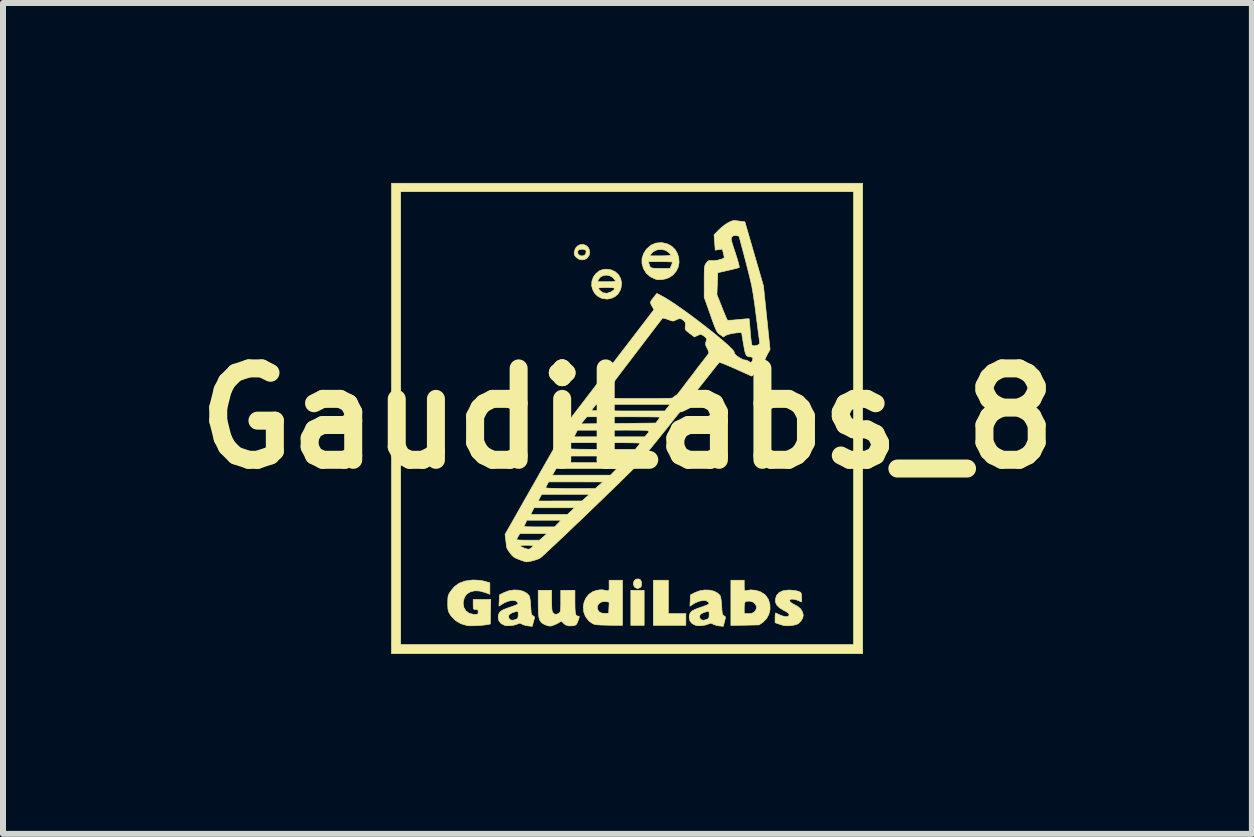
<source format=kicad_pcb>
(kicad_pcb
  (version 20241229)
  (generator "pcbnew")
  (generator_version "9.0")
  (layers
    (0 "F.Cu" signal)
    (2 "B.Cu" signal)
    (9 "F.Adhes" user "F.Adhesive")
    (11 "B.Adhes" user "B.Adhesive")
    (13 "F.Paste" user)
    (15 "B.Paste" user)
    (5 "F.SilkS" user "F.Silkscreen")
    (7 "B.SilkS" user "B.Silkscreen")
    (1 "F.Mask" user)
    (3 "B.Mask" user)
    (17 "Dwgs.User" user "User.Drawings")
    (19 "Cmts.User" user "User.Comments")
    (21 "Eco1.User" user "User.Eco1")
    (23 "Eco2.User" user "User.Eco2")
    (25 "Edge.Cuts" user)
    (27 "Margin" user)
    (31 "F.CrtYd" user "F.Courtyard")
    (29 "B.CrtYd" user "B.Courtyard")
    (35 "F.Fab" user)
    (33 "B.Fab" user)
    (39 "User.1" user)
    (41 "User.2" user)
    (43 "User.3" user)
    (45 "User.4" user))
  (footprint "GaudiLabs_8"
    (layer "F.Cu")
    (at 7.41 3.926)
    (property "Reference" "GaudiLabs_8" (at 0 0 0) (layer "F.SilkS") (effects (font (size 1.524 1.524) (thickness 0.3))))
    (attr through_hole)
    (fp_poly (pts (xy 0.278 3.448) (xy 0.056 3.448) (xy 0.056 2.864) (xy 0.278 2.864) (xy 0.278 3.448)) (stroke (width 0.01) (type solid)) (fill yes) (layer "F.SilkS"))
    (fp_poly (pts (xy 0.681 3.253) (xy 0.973 3.253) (xy 0.973 3.448) (xy 0.431 3.448) (xy 0.431 2.697) (xy 0.681 2.697) (xy 0.681 3.253)) (stroke (width 0.01) (type solid)) (fill yes) (layer "F.SilkS"))
    (fp_poly (pts (xy 3.921 3.921) (xy -3.934 3.921) (xy -3.934 -3.781) (xy -3.781 -3.781) (xy -3.781 3.768) (xy 3.768 3.768) (xy 3.768 -3.781) (xy -3.781 -3.781) (xy -3.934 -3.781) (xy -3.934 -3.921) (xy 3.921 -3.921) (xy 3.921 3.921)) (stroke (width 0.01) (type solid)) (fill yes) (layer "F.SilkS"))
    (fp_poly (pts (xy 0.192 2.677) (xy 0.218 2.692) (xy 0.23 2.717) (xy 0.234 2.745) (xy 0.233 2.789) (xy 0.218 2.815) (xy 0.214 2.818) (xy 0.173 2.835) (xy 0.136 2.824) (xy 0.12 2.811) (xy 0.1 2.773) (xy 0.1 2.733) (xy 0.116 2.699) (xy 0.145 2.678) (xy 0.183 2.675) (xy 0.192 2.677)) (stroke (width 0.01) (type solid)) (fill yes) (layer "F.SilkS"))
    (fp_poly (pts (xy -0.692 -2.885) (xy -0.654 -2.85) (xy -0.64 -2.824) (xy -0.629 -2.767) (xy -0.64 -2.718) (xy -0.669 -2.678) (xy -0.71 -2.652) (xy -0.758 -2.643) (xy -0.808 -2.654) (xy -0.851 -2.684) (xy -0.878 -2.715) (xy -0.888 -2.743) (xy -0.886 -2.783) (xy -0.885 -2.785) (xy -0.882 -2.793) (xy -0.829 -2.793) (xy -0.829 -2.759) (xy -0.821 -2.739) (xy -0.796 -2.717) (xy -0.76 -2.709) (xy -0.724 -2.716) (xy -0.699 -2.736) (xy -0.697 -2.742) (xy -0.688 -2.784) (xy -0.701 -2.81) (xy -0.737 -2.821) (xy -0.758 -2.822) (xy -0.805 -2.815) (xy -0.829 -2.793) (xy -0.882 -2.793) (xy -0.867 -2.838) (xy -0.832 -2.876) (xy -0.787 -2.898) (xy -0.739 -2.901) (xy -0.692 -2.885)) (stroke (width 0.01) (type solid)) (fill yes) (layer "F.SilkS"))
    (fp_poly (pts (xy 1.946 2.788) (xy 1.947 2.837) (xy 1.95 2.863) (xy 1.957 2.873) (xy 1.972 2.871) (xy 1.978 2.87) (xy 2.055 2.857) (xy 2.138 2.865) (xy 2.217 2.89) (xy 2.284 2.931) (xy 2.304 2.95) (xy 2.35 3.018) (xy 2.374 3.097) (xy 2.377 3.18) (xy 2.358 3.261) (xy 2.32 3.334) (xy 2.263 3.393) (xy 2.255 3.399) (xy 2.194 3.441) (xy 1.959 3.446) (xy 1.724 3.45) (xy 1.724 3.157) (xy 1.946 3.157) (xy 1.946 3.253) (xy 2.017 3.253) (xy 2.065 3.25) (xy 2.099 3.237) (xy 2.121 3.219) (xy 2.147 3.177) (xy 2.15 3.133) (xy 2.132 3.093) (xy 2.096 3.062) (xy 2.045 3.046) (xy 2.025 3.045) (xy 1.986 3.047) (xy 1.963 3.058) (xy 1.951 3.083) (xy 1.947 3.128) (xy 1.946 3.157) (xy 1.724 3.157) (xy 1.724 2.697) (xy 1.946 2.697) (xy 1.946 2.788)) (stroke (width 0.01) (type solid)) (fill yes) (layer "F.SilkS"))
    (fp_poly (pts (xy -0.083 3.448) (xy -0.295 3.447) (xy -0.373 3.445) (xy -0.445 3.443) (xy -0.504 3.439) (xy -0.543 3.434) (xy -0.553 3.432) (xy -0.59 3.414) (xy -0.632 3.384) (xy -0.651 3.367) (xy -0.701 3.299) (xy -0.729 3.224) (xy -0.736 3.147) (xy -0.504 3.147) (xy -0.498 3.184) (xy -0.472 3.224) (xy -0.426 3.246) (xy -0.368 3.249) (xy -0.313 3.246) (xy -0.305 3.062) (xy -0.354 3.053) (xy -0.411 3.052) (xy -0.458 3.071) (xy -0.49 3.104) (xy -0.504 3.147) (xy -0.736 3.147) (xy -0.737 3.144) (xy -0.724 3.066) (xy -0.693 2.994) (xy -0.645 2.933) (xy -0.581 2.888) (xy -0.517 2.866) (xy -0.468 2.858) (xy -0.423 2.856) (xy -0.406 2.858) (xy -0.354 2.869) (xy -0.324 2.872) (xy -0.31 2.863) (xy -0.306 2.839) (xy -0.306 2.794) (xy -0.306 2.788) (xy -0.306 2.697) (xy -0.083 2.697) (xy -0.083 3.448)) (stroke (width 0.01) (type solid)) (fill yes) (layer "F.SilkS"))
    (fp_poly (pts (xy -1.265 3.035) (xy -1.264 3.113) (xy -1.261 3.169) (xy -1.256 3.206) (xy -1.247 3.231) (xy -1.243 3.236) (xy -1.213 3.263) (xy -1.175 3.263) (xy -1.143 3.245) (xy -1.13 3.235) (xy -1.122 3.221) (xy -1.116 3.199) (xy -1.114 3.163) (xy -1.112 3.109) (xy -1.112 3.044) (xy -1.112 2.864) (xy -0.876 2.864) (xy -0.876 3.063) (xy -0.875 3.149) (xy -0.872 3.211) (xy -0.867 3.253) (xy -0.857 3.278) (xy -0.843 3.291) (xy -0.823 3.295) (xy -0.819 3.295) (xy -0.807 3.297) (xy -0.804 3.308) (xy -0.811 3.334) (xy -0.823 3.37) (xy -0.841 3.414) (xy -0.857 3.438) (xy -0.879 3.449) (xy -0.905 3.455) (xy -0.979 3.458) (xy -1.037 3.439) (xy -1.071 3.409) (xy -1.093 3.385) (xy -1.111 3.382) (xy -1.123 3.39) (xy -1.167 3.417) (xy -1.218 3.44) (xy -1.266 3.457) (xy -1.293 3.461) (xy -1.327 3.455) (xy -1.37 3.44) (xy -1.384 3.434) (xy -1.419 3.414) (xy -1.445 3.39) (xy -1.464 3.358) (xy -1.476 3.315) (xy -1.483 3.256) (xy -1.487 3.176) (xy -1.488 3.086) (xy -1.488 2.864) (xy -1.265 2.864) (xy -1.265 3.035)) (stroke (width 0.01) (type solid)) (fill yes) (layer "F.SilkS"))
    (fp_poly (pts (xy -2.482 2.697) (xy -2.404 2.708) (xy -2.374 2.716) (xy -2.294 2.74) (xy -2.294 2.931) (xy -2.367 2.903) (xy -2.459 2.877) (xy -2.543 2.872) (xy -2.616 2.888) (xy -2.674 2.923) (xy -2.715 2.976) (xy -2.736 3.045) (xy -2.739 3.081) (xy -2.727 3.152) (xy -2.693 3.208) (xy -2.639 3.247) (xy -2.568 3.266) (xy -2.538 3.267) (xy -2.505 3.265) (xy -2.491 3.253) (xy -2.489 3.225) (xy -2.492 3.196) (xy -2.508 3.185) (xy -2.53 3.184) (xy -2.553 3.183) (xy -2.566 3.175) (xy -2.571 3.154) (xy -2.572 3.114) (xy -2.572 3.1) (xy -2.572 3.017) (xy -2.279 3.017) (xy -2.283 3.221) (xy -2.287 3.426) (xy -2.336 3.436) (xy -2.378 3.442) (xy -2.436 3.448) (xy -2.502 3.452) (xy -2.567 3.455) (xy -2.623 3.456) (xy -2.663 3.454) (xy -2.669 3.453) (xy -2.777 3.421) (xy -2.866 3.369) (xy -2.936 3.297) (xy -2.954 3.271) (xy -2.975 3.236) (xy -2.987 3.206) (xy -2.993 3.171) (xy -2.996 3.122) (xy -2.996 3.079) (xy -2.995 3.018) (xy -2.992 2.975) (xy -2.984 2.943) (xy -2.969 2.912) (xy -2.95 2.883) (xy -2.885 2.803) (xy -2.805 2.746) (xy -2.708 2.71) (xy -2.594 2.694) (xy -2.565 2.693) (xy -2.482 2.697)) (stroke (width 0.01) (type solid)) (fill yes) (layer "F.SilkS"))
    (fp_poly (pts (xy -0.267 -2.476) (xy -0.198 -2.442) (xy -0.146 -2.391) (xy -0.112 -2.327) (xy -0.098 -2.253) (xy -0.108 -2.174) (xy -0.123 -2.134) (xy -0.157 -2.077) (xy -0.201 -2.037) (xy -0.254 -2.009) (xy -0.333 -1.99) (xy -0.412 -1.999) (xy -0.444 -2.01) (xy -0.504 -2.044) (xy -0.547 -2.089) (xy -0.571 -2.13) (xy -0.585 -2.171) (xy -0.487 -2.171) (xy -0.476 -2.153) (xy -0.452 -2.129) (xy -0.424 -2.106) (xy -0.403 -2.095) (xy -0.343 -2.087) (xy -0.282 -2.106) (xy -0.264 -2.117) (xy -0.228 -2.143) (xy -0.213 -2.161) (xy -0.22 -2.173) (xy -0.25 -2.18) (xy -0.305 -2.182) (xy -0.346 -2.183) (xy -0.405 -2.182) (xy -0.452 -2.179) (xy -0.48 -2.175) (xy -0.487 -2.171) (xy -0.585 -2.171) (xy -0.596 -2.206) (xy -0.594 -2.28) (xy -0.5 -2.28) (xy -0.347 -2.28) (xy -0.28 -2.28) (xy -0.237 -2.282) (xy -0.213 -2.285) (xy -0.204 -2.291) (xy -0.205 -2.3) (xy -0.208 -2.307) (xy -0.245 -2.351) (xy -0.295 -2.379) (xy -0.35 -2.39) (xy -0.405 -2.382) (xy -0.452 -2.358) (xy -0.484 -2.316) (xy -0.5 -2.28) (xy -0.594 -2.28) (xy -0.594 -2.285) (xy -0.568 -2.359) (xy -0.531 -2.41) (xy -0.474 -2.458) (xy -0.411 -2.483) (xy -0.348 -2.489) (xy -0.267 -2.476)) (stroke (width 0.01) (type solid)) (fill yes) (layer "F.SilkS"))
    (fp_poly (pts (xy 2.755 2.864) (xy 2.811 2.872) (xy 2.843 2.88) (xy 2.874 2.892) (xy 2.891 2.905) (xy 2.899 2.929) (xy 2.902 2.971) (xy 2.903 2.979) (xy 2.904 3.022) (xy 2.903 3.051) (xy 2.902 3.059) (xy 2.887 3.053) (xy 2.857 3.039) (xy 2.85 3.036) (xy 2.803 3.019) (xy 2.754 3.011) (xy 2.754 3.011) (xy 2.72 3.013) (xy 2.706 3.024) (xy 2.704 3.038) (xy 2.714 3.06) (xy 2.747 3.084) (xy 2.774 3.098) (xy 2.841 3.135) (xy 2.886 3.174) (xy 2.914 3.22) (xy 2.922 3.241) (xy 2.93 3.28) (xy 2.924 3.314) (xy 2.911 3.345) (xy 2.883 3.386) (xy 2.848 3.419) (xy 2.841 3.424) (xy 2.796 3.44) (xy 2.736 3.452) (xy 2.671 3.456) (xy 2.614 3.453) (xy 2.579 3.444) (xy 2.534 3.43) (xy 2.52 3.425) (xy 2.461 3.404) (xy 2.461 3.32) (xy 2.462 3.277) (xy 2.466 3.249) (xy 2.471 3.242) (xy 2.556 3.282) (xy 2.62 3.303) (xy 2.664 3.305) (xy 2.689 3.29) (xy 2.694 3.274) (xy 2.69 3.256) (xy 2.672 3.237) (xy 2.633 3.213) (xy 2.605 3.199) (xy 2.535 3.156) (xy 2.49 3.112) (xy 2.468 3.064) (xy 2.466 3.012) (xy 2.486 2.949) (xy 2.528 2.903) (xy 2.591 2.873) (xy 2.675 2.861) (xy 2.697 2.86) (xy 2.755 2.864)) (stroke (width 0.01) (type solid)) (fill yes) (layer "F.SilkS"))
    (fp_poly (pts (xy 0.576 -2.931) (xy 0.663 -2.912) (xy 0.735 -2.873) (xy 0.792 -2.818) (xy 0.832 -2.752) (xy 0.855 -2.678) (xy 0.86 -2.601) (xy 0.846 -2.525) (xy 0.812 -2.454) (xy 0.758 -2.392) (xy 0.692 -2.348) (xy 0.634 -2.327) (xy 0.567 -2.315) (xy 0.505 -2.314) (xy 0.473 -2.32) (xy 0.382 -2.362) (xy 0.313 -2.422) (xy 0.266 -2.499) (xy 0.242 -2.584) (xy 0.242 -2.614) (xy 0.35 -2.614) (xy 0.361 -2.572) (xy 0.371 -2.543) (xy 0.382 -2.523) (xy 0.401 -2.511) (xy 0.432 -2.505) (xy 0.481 -2.503) (xy 0.551 -2.502) (xy 0.71 -2.502) (xy 0.731 -2.551) (xy 0.744 -2.584) (xy 0.75 -2.604) (xy 0.751 -2.606) (xy 0.738 -2.609) (xy 0.702 -2.611) (xy 0.648 -2.613) (xy 0.581 -2.614) (xy 0.55 -2.614) (xy 0.35 -2.614) (xy 0.242 -2.614) (xy 0.242 -2.666) (xy 0.257 -2.711) (xy 0.372 -2.711) (xy 0.547 -2.711) (xy 0.614 -2.712) (xy 0.668 -2.714) (xy 0.706 -2.718) (xy 0.723 -2.722) (xy 0.723 -2.722) (xy 0.712 -2.743) (xy 0.685 -2.769) (xy 0.65 -2.793) (xy 0.621 -2.807) (xy 0.555 -2.819) (xy 0.489 -2.81) (xy 0.43 -2.781) (xy 0.392 -2.741) (xy 0.372 -2.711) (xy 0.257 -2.711) (xy 0.268 -2.747) (xy 0.317 -2.823) (xy 0.322 -2.828) (xy 0.391 -2.889) (xy 0.469 -2.923) (xy 0.558 -2.932) (xy 0.576 -2.931)) (stroke (width 0.01) (type solid)) (fill yes) (layer "F.SilkS"))
    (fp_poly (pts (xy -1.813 2.862) (xy -1.739 2.88) (xy -1.678 2.913) (xy -1.64 2.952) (xy -1.629 2.983) (xy -1.62 3.038) (xy -1.614 3.113) (xy -1.613 3.128) (xy -1.609 3.194) (xy -1.605 3.237) (xy -1.599 3.263) (xy -1.59 3.278) (xy -1.577 3.287) (xy -1.575 3.288) (xy -1.552 3.306) (xy -1.549 3.322) (xy -1.556 3.348) (xy -1.567 3.389) (xy -1.571 3.404) (xy -1.587 3.465) (xy -1.657 3.457) (xy -1.706 3.448) (xy -1.747 3.434) (xy -1.76 3.427) (xy -1.787 3.413) (xy -1.811 3.416) (xy -1.833 3.426) (xy -1.883 3.443) (xy -1.946 3.453) (xy -2.007 3.455) (xy -2.049 3.448) (xy -2.107 3.418) (xy -2.143 3.374) (xy -2.155 3.317) (xy -2.152 3.294) (xy -1.983 3.294) (xy -1.977 3.33) (xy -1.95 3.358) (xy -1.909 3.364) (xy -1.857 3.348) (xy -1.834 3.334) (xy -1.824 3.311) (xy -1.821 3.27) (xy -1.822 3.232) (xy -1.828 3.216) (xy -1.844 3.214) (xy -1.855 3.217) (xy -1.924 3.239) (xy -1.966 3.264) (xy -1.983 3.294) (xy -2.152 3.294) (xy -2.15 3.272) (xy -2.135 3.236) (xy -2.104 3.207) (xy -2.055 3.181) (xy -1.983 3.154) (xy -1.966 3.149) (xy -1.909 3.129) (xy -1.862 3.111) (xy -1.833 3.097) (xy -1.825 3.09) (xy -1.83 3.07) (xy -1.844 3.052) (xy -1.878 3.035) (xy -1.928 3.034) (xy -1.988 3.046) (xy -2.05 3.071) (xy -2.075 3.086) (xy -2.142 3.128) (xy -2.138 3.034) (xy -2.134 2.941) (xy -2.055 2.901) (xy -1.978 2.872) (xy -1.895 2.859) (xy -1.813 2.862)) (stroke (width 0.01) (type solid)) (fill yes) (layer "F.SilkS"))
    (fp_poly (pts (xy 1.37 2.862) (xy 1.445 2.88) (xy 1.506 2.913) (xy 1.544 2.952) (xy 1.555 2.983) (xy 1.563 3.038) (xy 1.57 3.113) (xy 1.571 3.128) (xy 1.574 3.194) (xy 1.579 3.237) (xy 1.585 3.263) (xy 1.594 3.278) (xy 1.607 3.287) (xy 1.609 3.288) (xy 1.632 3.306) (xy 1.634 3.322) (xy 1.627 3.348) (xy 1.617 3.389) (xy 1.613 3.404) (xy 1.597 3.465) (xy 1.526 3.457) (xy 1.478 3.448) (xy 1.437 3.434) (xy 1.423 3.427) (xy 1.396 3.413) (xy 1.372 3.416) (xy 1.351 3.426) (xy 1.3 3.443) (xy 1.238 3.453) (xy 1.176 3.455) (xy 1.135 3.448) (xy 1.076 3.418) (xy 1.041 3.374) (xy 1.029 3.317) (xy 1.031 3.294) (xy 1.201 3.294) (xy 1.207 3.33) (xy 1.233 3.358) (xy 1.274 3.364) (xy 1.327 3.348) (xy 1.35 3.334) (xy 1.36 3.311) (xy 1.362 3.27) (xy 1.361 3.232) (xy 1.355 3.216) (xy 1.34 3.214) (xy 1.328 3.217) (xy 1.26 3.239) (xy 1.218 3.264) (xy 1.201 3.294) (xy 1.031 3.294) (xy 1.034 3.272) (xy 1.049 3.236) (xy 1.079 3.207) (xy 1.129 3.181) (xy 1.201 3.154) (xy 1.218 3.149) (xy 1.275 3.129) (xy 1.321 3.111) (xy 1.351 3.097) (xy 1.359 3.09) (xy 1.354 3.07) (xy 1.34 3.052) (xy 1.305 3.035) (xy 1.255 3.034) (xy 1.196 3.046) (xy 1.134 3.071) (xy 1.109 3.086) (xy 1.041 3.128) (xy 1.046 3.034) (xy 1.05 2.941) (xy 1.128 2.901) (xy 1.206 2.872) (xy 1.289 2.859) (xy 1.37 2.862)) (stroke (width 0.01) (type solid)) (fill yes) (layer "F.SilkS"))
    (fp_poly (pts (xy 1.837 -3.294) (xy 1.858 -3.291) (xy 1.957 -3.278) (xy 2.112 -2.744) (xy 2.267 -2.21) (xy 2.322 -1.68) (xy 2.377 -1.15) (xy 2.33 -1.065) (xy 2.304 -1.012) (xy 2.284 -0.959) (xy 2.274 -0.923) (xy 2.266 -0.893) (xy 2.252 -0.866) (xy 2.226 -0.837) (xy 2.183 -0.799) (xy 2.167 -0.786) (xy 2.07 -0.706) (xy 1.804 -0.826) (xy 1.725 -0.861) (xy 1.654 -0.891) (xy 1.595 -0.915) (xy 1.553 -0.93) (xy 1.531 -0.936) (xy 1.529 -0.935) (xy 1.519 -0.923) (xy 1.493 -0.89) (xy 1.453 -0.84) (xy 1.399 -0.772) (xy 1.334 -0.69) (xy 1.258 -0.594) (xy 1.173 -0.487) (xy 1.08 -0.37) (xy 0.981 -0.245) (xy 0.877 -0.114) (xy 0.869 -0.104) (xy 0.762 0.03) (xy 0.659 0.16) (xy 0.56 0.283) (xy 0.467 0.399) (xy 0.383 0.503) (xy 0.307 0.596) (xy 0.243 0.674) (xy 0.192 0.736) (xy 0.154 0.781) (xy 0.133 0.804) (xy 0.091 0.847) (xy 0.033 0.905) (xy -0.039 0.976) (xy -0.123 1.058) (xy -0.217 1.15) (xy -0.319 1.248) (xy -0.426 1.353) (xy -0.538 1.46) (xy -0.652 1.57) (xy -0.765 1.679) (xy -0.877 1.785) (xy -0.984 1.888) (xy -1.086 1.984) (xy -1.179 2.072) (xy -1.262 2.15) (xy -1.333 2.216) (xy -1.39 2.269) (xy -1.43 2.306) (xy -1.451 2.323) (xy -1.483 2.34) (xy -1.533 2.358) (xy -1.59 2.374) (xy -1.645 2.386) (xy -1.687 2.39) (xy -1.689 2.39) (xy -1.708 2.385) (xy -1.746 2.373) (xy -1.794 2.356) (xy -1.804 2.352) (xy -1.859 2.33) (xy -1.897 2.308) (xy -1.928 2.28) (xy -1.96 2.239) (xy -1.989 2.198) (xy -2.009 2.162) (xy -2.016 2.142) (xy -2.018 2.122) (xy -1.785 2.122) (xy -1.782 2.13) (xy -1.758 2.145) (xy -1.72 2.161) (xy -1.678 2.175) (xy -1.647 2.181) (xy -1.628 2.173) (xy -1.602 2.156) (xy -1.58 2.134) (xy -1.571 2.121) (xy -1.584 2.118) (xy -1.618 2.115) (xy -1.667 2.113) (xy -1.685 2.113) (xy -1.741 2.114) (xy -1.773 2.117) (xy -1.785 2.122) (xy -2.018 2.122) (xy -2.018 2.118) (xy -2.023 2.075) (xy -2.029 2.026) (xy -2.03 2.019) (xy -1.849 2.019) (xy -1.836 2.023) (xy -1.8 2.026) (xy -1.747 2.028) (xy -1.68 2.029) (xy -1.658 2.029) (xy -1.467 2.029) (xy -1.404 1.974) (xy -1.342 1.919) (xy -1.794 1.919) (xy -1.821 1.964) (xy -1.839 1.996) (xy -1.849 2.017) (xy -1.849 2.019) (xy -2.03 2.019) (xy -2.041 1.932) (xy -1.966 1.801) (xy -1.724 1.801) (xy -1.711 1.803) (xy -1.674 1.805) (xy -1.618 1.806) (xy -1.548 1.807) (xy -1.47 1.807) (xy -1.215 1.807) (xy -1.161 1.752) (xy -1.107 1.696) (xy -1.677 1.696) (xy -1.7 1.745) (xy -1.715 1.778) (xy -1.723 1.799) (xy -1.724 1.801) (xy -1.966 1.801) (xy -1.851 1.599) (xy -1.613 1.599) (xy -1 1.599) (xy -0.941 1.544) (xy -0.883 1.488) (xy -1.22 1.488) (xy -1.557 1.488) (xy -1.585 1.543) (xy -1.613 1.599) (xy -1.851 1.599) (xy -1.725 1.376) (xy -1.488 1.376) (xy -0.758 1.375) (xy -0.697 1.32) (xy -0.636 1.265) (xy -1.431 1.265) (xy -1.46 1.321) (xy -1.488 1.376) (xy -1.725 1.376) (xy -1.599 1.155) (xy -1.362 1.155) (xy -1.349 1.159) (xy -1.31 1.162) (xy -1.249 1.164) (xy -1.169 1.166) (xy -1.071 1.167) (xy -0.959 1.168) (xy -0.949 1.168) (xy -0.535 1.168) (xy -0.473 1.113) (xy -0.41 1.058) (xy -0.862 1.057) (xy -1.314 1.057) (xy -1.338 1.1) (xy -1.354 1.132) (xy -1.362 1.154) (xy -1.362 1.155) (xy -1.599 1.155) (xy -1.481 0.949) (xy -1.48 0.945) (xy -1.252 0.945) (xy -0.284 0.945) (xy -0.175 0.834) (xy -0.682 0.834) (xy -1.189 0.834) (xy -1.252 0.945) (xy -1.48 0.945) (xy -1.356 0.728) (xy -1.126 0.728) (xy -1.113 0.73) (xy -1.075 0.732) (xy -1.015 0.733) (xy -0.936 0.735) (xy -0.841 0.736) (xy -0.734 0.737) (xy -0.617 0.737) (xy -0.594 0.737) (xy -0.061 0.737) (xy -0.007 0.681) (xy 0.047 0.626) (xy -1.068 0.626) (xy -1.097 0.672) (xy -1.116 0.704) (xy -1.126 0.725) (xy -1.126 0.728) (xy -1.356 0.728) (xy -1.228 0.504) (xy -1.001 0.504) (xy -0.988 0.506) (xy -0.949 0.508) (xy -0.889 0.51) (xy -0.81 0.512) (xy -0.714 0.513) (xy -0.605 0.514) (xy -0.486 0.514) (xy -0.434 0.514) (xy 0.132 0.514) (xy 0.17 0.466) (xy 0.194 0.436) (xy 0.207 0.415) (xy 0.209 0.411) (xy 0.195 0.409) (xy 0.157 0.408) (xy 0.096 0.406) (xy 0.017 0.405) (xy -0.079 0.404) (xy -0.188 0.404) (xy -0.308 0.403) (xy -0.369 0.403) (xy -0.946 0.403) (xy -0.973 0.448) (xy -0.991 0.48) (xy -1.001 0.502) (xy -1.001 0.504) (xy -1.228 0.504) (xy -1.116 0.306) (xy -0.89 0.306) (xy 0.287 0.306) (xy 0.315 0.275) (xy 0.332 0.255) (xy 0.347 0.239) (xy 0.356 0.227) (xy 0.357 0.216) (xy 0.35 0.209) (xy 0.33 0.203) (xy 0.296 0.199) (xy 0.247 0.196) (xy 0.179 0.195) (xy 0.091 0.195) (xy -0.02 0.194) (xy -0.155 0.195) (xy -0.227 0.195) (xy -0.834 0.195) (xy -0.862 0.25) (xy -0.89 0.306) (xy -1.116 0.306) (xy -0.993 0.09) (xy -0.775 0.09) (xy -0.152 0.083) (xy 0.472 0.076) (xy 0.507 0.029) (xy 0.529 -0.002) (xy 0.541 -0.021) (xy 0.542 -0.024) (xy 0.529 -0.024) (xy 0.49 -0.025) (xy 0.43 -0.026) (xy 0.35 -0.027) (xy 0.253 -0.027) (xy 0.143 -0.028) (xy 0.022 -0.028) (xy -0.068 -0.028) (xy -0.678 -0.028) (xy -0.775 0.09) (xy -0.993 0.09) (xy -0.922 -0.035) (xy -0.847 -0.133) (xy -0.598 -0.133) (xy -0.584 -0.131) (xy -0.546 -0.13) (xy -0.485 -0.128) (xy -0.405 -0.127) (xy -0.309 -0.126) (xy -0.198 -0.126) (xy -0.077 -0.125) (xy 0.013 -0.125) (xy 0.623 -0.125) (xy 0.711 -0.236) (xy -0.521 -0.236) (xy -0.56 -0.188) (xy -0.583 -0.158) (xy -0.596 -0.137) (xy -0.598 -0.133) (xy -0.847 -0.133) (xy -0.68 -0.351) (xy -0.422 -0.351) (xy -0.42 -0.347) (xy -0.405 -0.343) (xy -0.376 -0.34) (xy -0.331 -0.338) (xy -0.267 -0.336) (xy -0.184 -0.335) (xy -0.078 -0.334) (xy 0.052 -0.334) (xy 0.177 -0.334) (xy 0.323 -0.334) (xy 0.443 -0.334) (xy 0.541 -0.334) (xy 0.619 -0.335) (xy 0.679 -0.336) (xy 0.723 -0.338) (xy 0.755 -0.341) (xy 0.776 -0.344) (xy 0.789 -0.349) (xy 0.797 -0.354) (xy 0.802 -0.36) (xy 0.803 -0.361) (xy 0.814 -0.376) (xy 0.84 -0.411) (xy 0.878 -0.461) (xy 0.926 -0.524) (xy 0.981 -0.597) (xy 1.041 -0.675) (xy 1.104 -0.757) (xy 1.166 -0.84) (xy 1.227 -0.919) (xy 1.283 -0.991) (xy 1.332 -1.055) (xy 1.353 -1.081) (xy 1.356 -1.103) (xy 1.343 -1.141) (xy 1.33 -1.167) (xy 1.308 -1.21) (xy 1.301 -1.241) (xy 1.305 -1.268) (xy 1.307 -1.272) (xy 1.318 -1.311) (xy 1.314 -1.338) (xy 1.29 -1.362) (xy 1.272 -1.375) (xy 1.24 -1.395) (xy 1.217 -1.401) (xy 1.189 -1.393) (xy 1.169 -1.384) (xy 1.115 -1.359) (xy 1.036 -1.419) (xy 0.995 -1.451) (xy 0.971 -1.473) (xy 0.962 -1.493) (xy 0.962 -1.518) (xy 0.965 -1.54) (xy 0.968 -1.58) (xy 0.96 -1.607) (xy 0.938 -1.631) (xy 0.935 -1.634) (xy 0.9 -1.659) (xy 0.869 -1.665) (xy 0.83 -1.653) (xy 0.808 -1.642) (xy 0.781 -1.629) (xy 0.759 -1.624) (xy 0.733 -1.629) (xy 0.693 -1.643) (xy 0.676 -1.649) (xy 0.632 -1.665) (xy 0.598 -1.673) (xy 0.583 -1.672) (xy 0.572 -1.657) (xy 0.545 -1.622) (xy 0.505 -1.571) (xy 0.454 -1.504) (xy 0.394 -1.425) (xy 0.326 -1.337) (xy 0.253 -1.24) (xy 0.175 -1.138) (xy 0.096 -1.034) (xy 0.016 -0.929) (xy -0.063 -0.826) (xy -0.138 -0.727) (xy -0.208 -0.634) (xy -0.272 -0.551) (xy -0.326 -0.479) (xy -0.37 -0.421) (xy -0.402 -0.379) (xy -0.419 -0.355) (xy -0.422 -0.351) (xy -0.68 -0.351) (xy -0.24 -0.925) (xy 0.442 -1.814) (xy 0.408 -1.874) (xy 0.39 -1.906) (xy 0.384 -1.931) (xy 0.39 -1.955) (xy 0.41 -1.986) (xy 0.442 -2.026) (xy 0.489 -2.085) (xy 0.561 -2.048) (xy 0.623 -2.014) (xy 0.698 -1.968) (xy 0.785 -1.911) (xy 0.88 -1.845) (xy 0.98 -1.774) (xy 1.085 -1.697) (xy 1.19 -1.618) (xy 1.294 -1.538) (xy 1.394 -1.459) (xy 1.488 -1.383) (xy 1.573 -1.312) (xy 1.647 -1.248) (xy 1.706 -1.193) (xy 1.75 -1.149) (xy 1.775 -1.117) (xy 1.78 -1.104) (xy 1.787 -1.079) (xy 1.812 -1.052) (xy 1.855 -1.021) (xy 1.898 -0.996) (xy 1.935 -0.979) (xy 1.955 -0.975) (xy 1.985 -0.971) (xy 2.015 -0.956) (xy 2.046 -0.936) (xy 2.064 -0.936) (xy 2.078 -0.956) (xy 2.084 -0.968) (xy 2.091 -1.002) (xy 2.076 -1.022) (xy 2.036 -1.029) (xy 2.009 -1.032) (xy 1.989 -1.045) (xy 1.972 -1.071) (xy 1.958 -1.113) (xy 1.945 -1.177) (xy 1.934 -1.239) (xy 1.923 -1.306) (xy 1.914 -1.363) (xy 1.907 -1.404) (xy 1.905 -1.424) (xy 1.905 -1.425) (xy 1.892 -1.431) (xy 1.86 -1.431) (xy 1.814 -1.427) (xy 1.763 -1.42) (xy 1.712 -1.41) (xy 1.67 -1.398) (xy 1.643 -1.387) (xy 1.597 -1.359) (xy 1.541 -1.4) (xy 1.522 -1.414) (xy 1.506 -1.43) (xy 1.491 -1.45) (xy 1.476 -1.479) (xy 1.458 -1.521) (xy 1.436 -1.578) (xy 1.408 -1.655) (xy 1.382 -1.73) (xy 1.279 -2.02) (xy 1.279 -2.065) (xy 1.491 -2.065) (xy 1.574 -1.856) (xy 1.602 -1.785) (xy 1.628 -1.723) (xy 1.648 -1.675) (xy 1.662 -1.646) (xy 1.666 -1.639) (xy 1.683 -1.637) (xy 1.721 -1.638) (xy 1.776 -1.642) (xy 1.842 -1.648) (xy 1.849 -1.648) (xy 1.915 -1.655) (xy 1.97 -1.66) (xy 2.009 -1.662) (xy 2.027 -1.662) (xy 2.027 -1.662) (xy 2.03 -1.647) (xy 2.034 -1.609) (xy 2.039 -1.553) (xy 2.044 -1.484) (xy 2.047 -1.443) (xy 2.054 -1.365) (xy 2.061 -1.3) (xy 2.068 -1.251) (xy 2.075 -1.224) (xy 2.077 -1.22) (xy 2.116 -1.21) (xy 2.166 -1.222) (xy 2.174 -1.225) (xy 2.2 -1.244) (xy 2.204 -1.272) (xy 2.203 -1.277) (xy 2.199 -1.3) (xy 2.193 -1.346) (xy 2.184 -1.413) (xy 2.173 -1.496) (xy 2.161 -1.592) (xy 2.147 -1.697) (xy 2.141 -1.747) (xy 2.125 -1.872) (xy 2.11 -1.976) (xy 2.097 -2.064) (xy 2.084 -2.144) (xy 2.069 -2.22) (xy 2.051 -2.3) (xy 2.03 -2.389) (xy 2.003 -2.493) (xy 1.974 -2.608) (xy 1.946 -2.713) (xy 1.921 -2.808) (xy 1.899 -2.891) (xy 1.881 -2.959) (xy 1.868 -3.007) (xy 1.86 -3.034) (xy 1.859 -3.039) (xy 1.845 -3.042) (xy 1.814 -3.049) (xy 1.812 -3.049) (xy 1.774 -3.05) (xy 1.745 -3.031) (xy 1.743 -3.029) (xy 1.735 -3.018) (xy 1.73 -3.006) (xy 1.73 -2.988) (xy 1.735 -2.96) (xy 1.747 -2.918) (xy 1.765 -2.859) (xy 1.792 -2.778) (xy 1.797 -2.763) (xy 1.822 -2.686) (xy 1.842 -2.619) (xy 1.856 -2.566) (xy 1.864 -2.53) (xy 1.863 -2.517) (xy 1.846 -2.511) (xy 1.806 -2.5) (xy 1.751 -2.486) (xy 1.686 -2.471) (xy 1.678 -2.469) (xy 1.505 -2.43) (xy 1.498 -2.247) (xy 1.491 -2.065) (xy 1.279 -2.065) (xy 1.279 -2.283) (xy 1.279 -2.375) (xy 1.28 -2.443) (xy 1.281 -2.492) (xy 1.285 -2.526) (xy 1.29 -2.55) (xy 1.298 -2.568) (xy 1.308 -2.584) (xy 1.314 -2.592) (xy 1.339 -2.621) (xy 1.363 -2.633) (xy 1.397 -2.632) (xy 1.41 -2.631) (xy 1.451 -2.631) (xy 1.5 -2.638) (xy 1.547 -2.65) (xy 1.587 -2.664) (xy 1.61 -2.678) (xy 1.613 -2.685) (xy 1.61 -2.706) (xy 1.601 -2.743) (xy 1.597 -2.761) (xy 1.581 -2.823) (xy 1.522 -2.815) (xy 1.463 -2.806) (xy 1.453 -2.934) (xy 1.443 -3.061) (xy 1.524 -3.145) (xy 1.574 -3.19) (xy 1.629 -3.233) (xy 1.678 -3.264) (xy 1.682 -3.266) (xy 1.724 -3.286) (xy 1.757 -3.297) (xy 1.791 -3.299) (xy 1.837 -3.294)) (stroke (width 0.01) (type solid)) (fill yes) (layer "F.SilkS")))
  (gr_rect
    (start -3 -3)
    (end 17.819 10.851)
    (stroke (width 0.1) (type default))
    (fill no)
    (layer "Edge.Cuts")))
</source>
